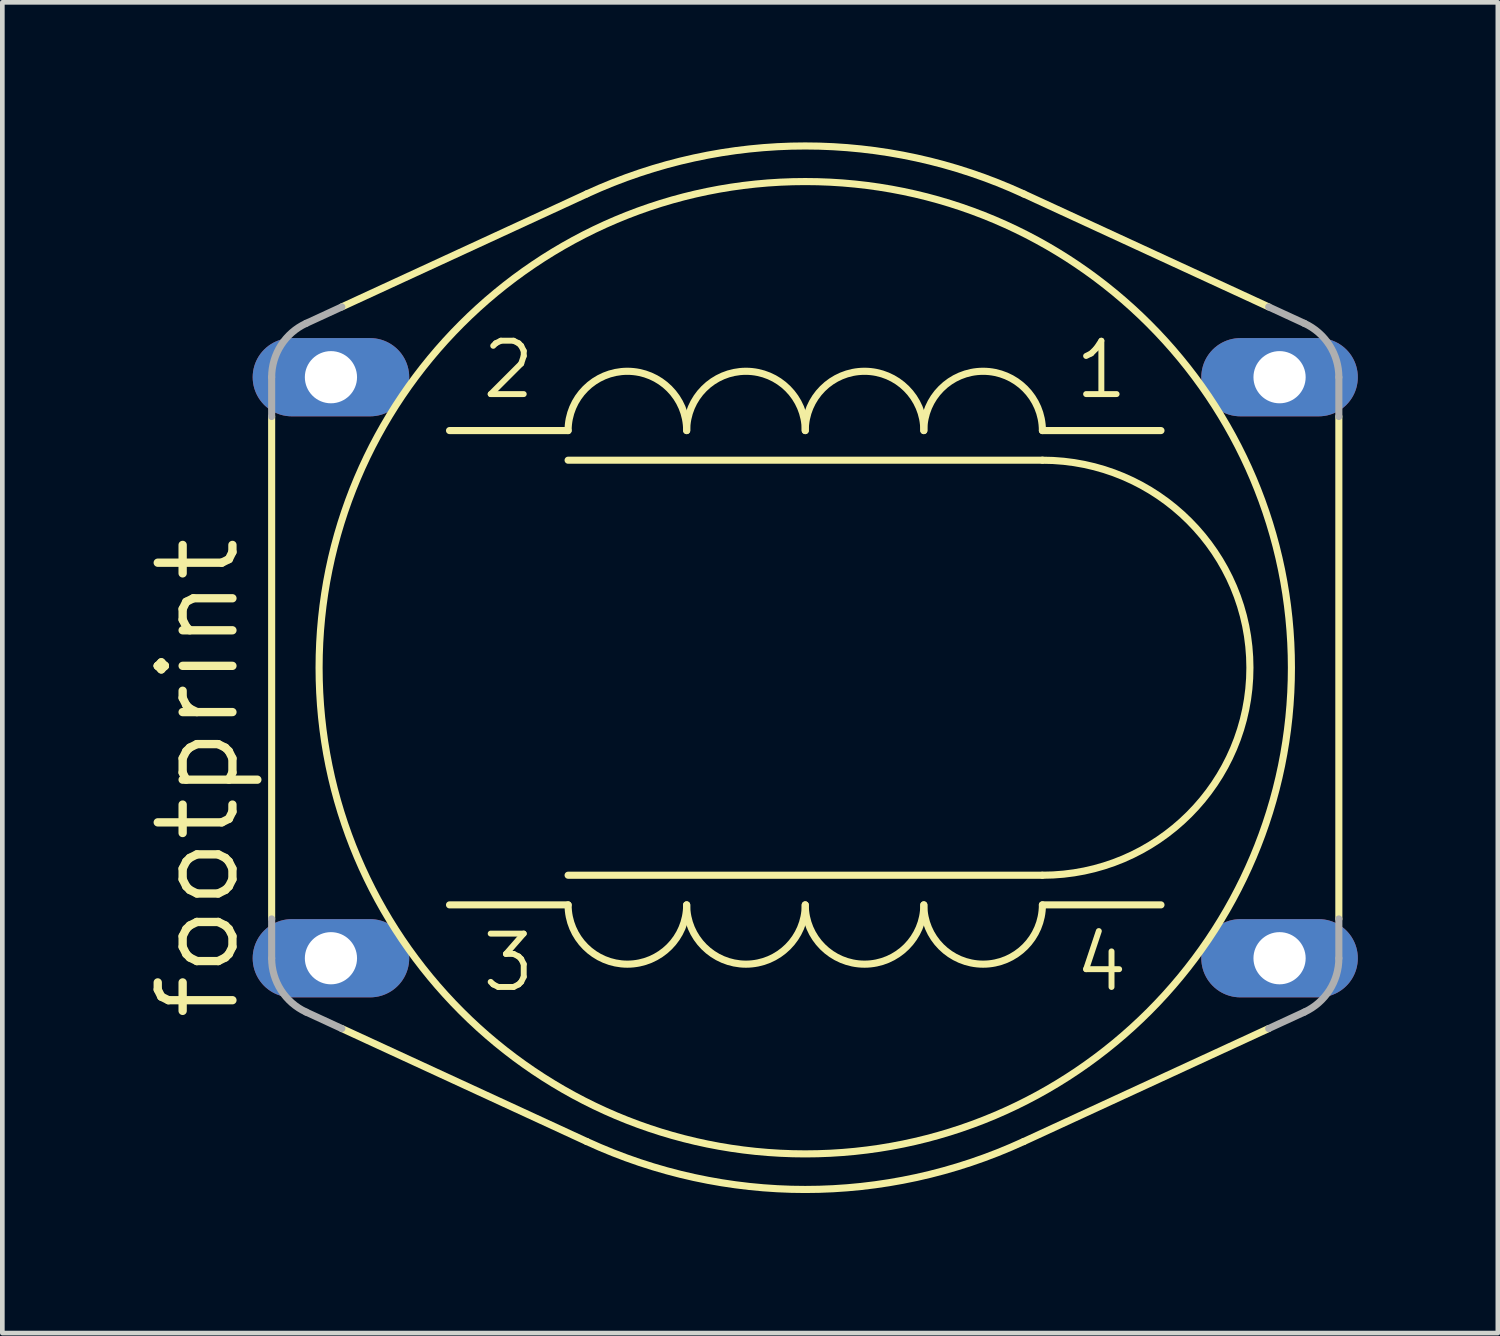
<source format=kicad_pcb>
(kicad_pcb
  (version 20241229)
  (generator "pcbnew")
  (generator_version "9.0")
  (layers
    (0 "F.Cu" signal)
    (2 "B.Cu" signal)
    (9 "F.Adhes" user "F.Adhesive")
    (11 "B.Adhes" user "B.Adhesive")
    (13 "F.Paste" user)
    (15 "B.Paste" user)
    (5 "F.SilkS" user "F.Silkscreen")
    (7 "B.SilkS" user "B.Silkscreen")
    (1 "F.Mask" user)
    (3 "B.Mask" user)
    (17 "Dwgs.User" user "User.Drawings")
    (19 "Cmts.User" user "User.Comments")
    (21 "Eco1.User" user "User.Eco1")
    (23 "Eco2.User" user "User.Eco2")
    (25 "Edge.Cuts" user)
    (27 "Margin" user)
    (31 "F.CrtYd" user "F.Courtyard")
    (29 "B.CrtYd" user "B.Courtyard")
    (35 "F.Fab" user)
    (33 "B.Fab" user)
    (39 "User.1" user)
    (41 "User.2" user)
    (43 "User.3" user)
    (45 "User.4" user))
  (footprint "footprint"
    (layer "F.Cu")
    (at 14.199 11.253)
    (property "Reference" "footprint" (at -12.065 7.62 90) (layer "F.SilkS") (effects (font (size 1.6 1.6) (thickness 0.178)) (justify left bottom)))
    (fp_line (start -11.43 5.381) (end -11.43 -5.381) (stroke (width 0.152) (type solid)) (layer "F.SilkS"))
    (fp_line (start -9.927 -7.729) (end -4.681 -10.149) (stroke (width 0.152) (type solid)) (layer "F.SilkS"))
    (fp_line (start -9.927 7.729) (end -4.681 10.149) (stroke (width 0.152) (type solid)) (layer "F.SilkS"))
    (fp_line (start -5.08 -5.08) (end -7.62 -5.08) (stroke (width 0.152) (type solid)) (layer "F.SilkS"))
    (fp_line (start -5.08 -4.445) (end 5.08 -4.445) (stroke (width 0.152) (type solid)) (layer "F.SilkS"))
    (fp_line (start -5.08 4.445) (end 5.08 4.445) (stroke (width 0.152) (type solid)) (layer "F.SilkS"))
    (fp_line (start -5.08 5.08) (end -7.62 5.08) (stroke (width 0.152) (type solid)) (layer "F.SilkS"))
    (fp_line (start 4.681 -10.149) (end 9.927 -7.729) (stroke (width 0.152) (type solid)) (layer "F.SilkS"))
    (fp_line (start 5.08 -5.08) (end 7.62 -5.08) (stroke (width 0.152) (type solid)) (layer "F.SilkS"))
    (fp_line (start 5.08 5.08) (end 7.62 5.08) (stroke (width 0.152) (type solid)) (layer "F.SilkS"))
    (fp_line (start 9.927 7.729) (end 4.681 10.149) (stroke (width 0.152) (type solid)) (layer "F.SilkS"))
    (fp_line (start 11.43 -5.381) (end 11.43 5.381) (stroke (width 0.152) (type solid)) (layer "F.SilkS"))
    (fp_arc (start -5.08 -5.08) (mid -3.81 -6.35) (end -2.54 -5.08) (stroke (width 0.1524) (type solid)) (layer "F.SilkS"))
    (fp_arc (start -4.681 -10.149) (mid -0.0005 -11.17631) (end 4.680001 -10.149) (stroke (width 0.1524) (type solid)) (layer "F.SilkS"))
    (fp_arc (start -2.54 -5.08) (mid -1.27 -6.35) (end 0 -5.08) (stroke (width 0.1524) (type solid)) (layer "F.SilkS"))
    (fp_arc (start -2.54 5.08) (mid -3.81 6.35) (end -5.08 5.08) (stroke (width 0.1524) (type solid)) (layer "F.SilkS"))
    (fp_arc (start 0 -5.08) (mid 1.27 -6.35) (end 2.54 -5.08) (stroke (width 0.1524) (type solid)) (layer "F.SilkS"))
    (fp_arc (start 0 5.08) (mid -1.27 6.35) (end -2.54 5.08) (stroke (width 0.1524) (type solid)) (layer "F.SilkS"))
    (fp_arc (start 2.54 -5.08) (mid 3.81 -6.35) (end 5.08 -5.08) (stroke (width 0.1524) (type solid)) (layer "F.SilkS"))
    (fp_arc (start 2.54 5.08) (mid 1.27 6.35) (end 0 5.08) (stroke (width 0.1524) (type solid)) (layer "F.SilkS"))
    (fp_arc (start 4.680001 10.149) (mid -0.0005 11.17631) (end -4.681 10.149) (stroke (width 0.1524) (type solid)) (layer "F.SilkS"))
    (fp_arc (start 5.08 -4.445) (mid 9.525 0) (end 5.08 4.445) (stroke (width 0.1524) (type solid)) (layer "F.SilkS"))
    (fp_arc (start 5.08 5.08) (mid 3.81 6.35) (end 2.54 5.08) (stroke (width 0.1524) (type solid)) (layer "F.SilkS"))
    (fp_circle (center 0 0) (end 10.414 0) (stroke (width 0.152) (type solid)) (fill no) (layer "F.SilkS"))
    (fp_line (start -11.43 -5.381) (end -11.43 -6.223) (stroke (width 0.152) (type solid)) (layer "F.Fab"))
    (fp_line (start -11.43 6.223) (end -11.43 5.381) (stroke (width 0.152) (type solid)) (layer "F.Fab"))
    (fp_line (start -10.692 -7.376) (end -9.927 -7.729) (stroke (width 0.152) (type solid)) (layer "F.Fab"))
    (fp_line (start -10.692 7.376) (end -9.927 7.729) (stroke (width 0.152) (type solid)) (layer "F.Fab"))
    (fp_line (start 9.927 -7.729) (end 10.692 -7.376) (stroke (width 0.152) (type solid)) (layer "F.Fab"))
    (fp_line (start 10.692 7.376) (end 9.927 7.729) (stroke (width 0.152) (type solid)) (layer "F.Fab"))
    (fp_line (start 11.43 -6.223) (end 11.43 -5.381) (stroke (width 0.152) (type solid)) (layer "F.Fab"))
    (fp_line (start 11.43 5.381) (end 11.43 6.223) (stroke (width 0.152) (type solid)) (layer "F.Fab"))
    (fp_arc (start -11.4301 -6.2227) (mid -11.22979 -6.907342) (end -10.692 -7.376) (stroke (width 0.1524) (type solid)) (layer "F.Fab"))
    (fp_arc (start -10.692 7.376) (mid -11.22979 6.907342) (end -11.4301 6.2227) (stroke (width 0.1524) (type solid)) (layer "F.Fab"))
    (fp_arc (start 10.692 -7.376) (mid 11.22979 -6.907342) (end 11.4301 -6.2227) (stroke (width 0.1524) (type solid)) (layer "F.Fab"))
    (fp_arc (start 11.4301 6.2227) (mid 11.22979 6.907342) (end 10.692 7.376) (stroke (width 0.1524) (type solid)) (layer "F.Fab"))
    (fp_text user "2" (at -6.985 -5.715 0) (layer "F.SilkS") (effects (font (size 1.143 1.143) (thickness 0.127)) (justify left bottom)))
    (fp_text user "1" (at 5.715 -5.715 0) (layer "F.SilkS") (effects (font (size 1.143 1.143) (thickness 0.127)) (justify left bottom)))
    (fp_text user "4" (at 5.715 6.985 0) (layer "F.SilkS") (effects (font (size 1.143 1.143) (thickness 0.127)) (justify left bottom)))
    (fp_text user "3" (at -6.985 6.985 0) (layer "F.SilkS") (effects (font (size 1.143 1.143) (thickness 0.127)) (justify left bottom)))
    (pad "1" thru_hole oval (at 10.16 -6.223) (size 3.353 1.676) (drill 1.118) (layers "*.Cu" "*.Mask"))
    (pad "2" thru_hole oval (at -10.16 -6.223) (size 3.353 1.676) (drill 1.118) (layers "*.Cu" "*.Mask"))
    (pad "3" thru_hole oval (at -10.16 6.223) (size 3.353 1.676) (drill 1.118) (layers "*.Cu" "*.Mask"))
    (pad "4" thru_hole oval (at 10.16 6.223) (size 3.353 1.676) (drill 1.118) (layers "*.Cu" "*.Mask")))
  (gr_rect
    (start -3 -3)
    (end 29.035 25.505)
    (stroke (width 0.1) (type default))
    (fill no)
    (layer "Edge.Cuts")))
</source>
